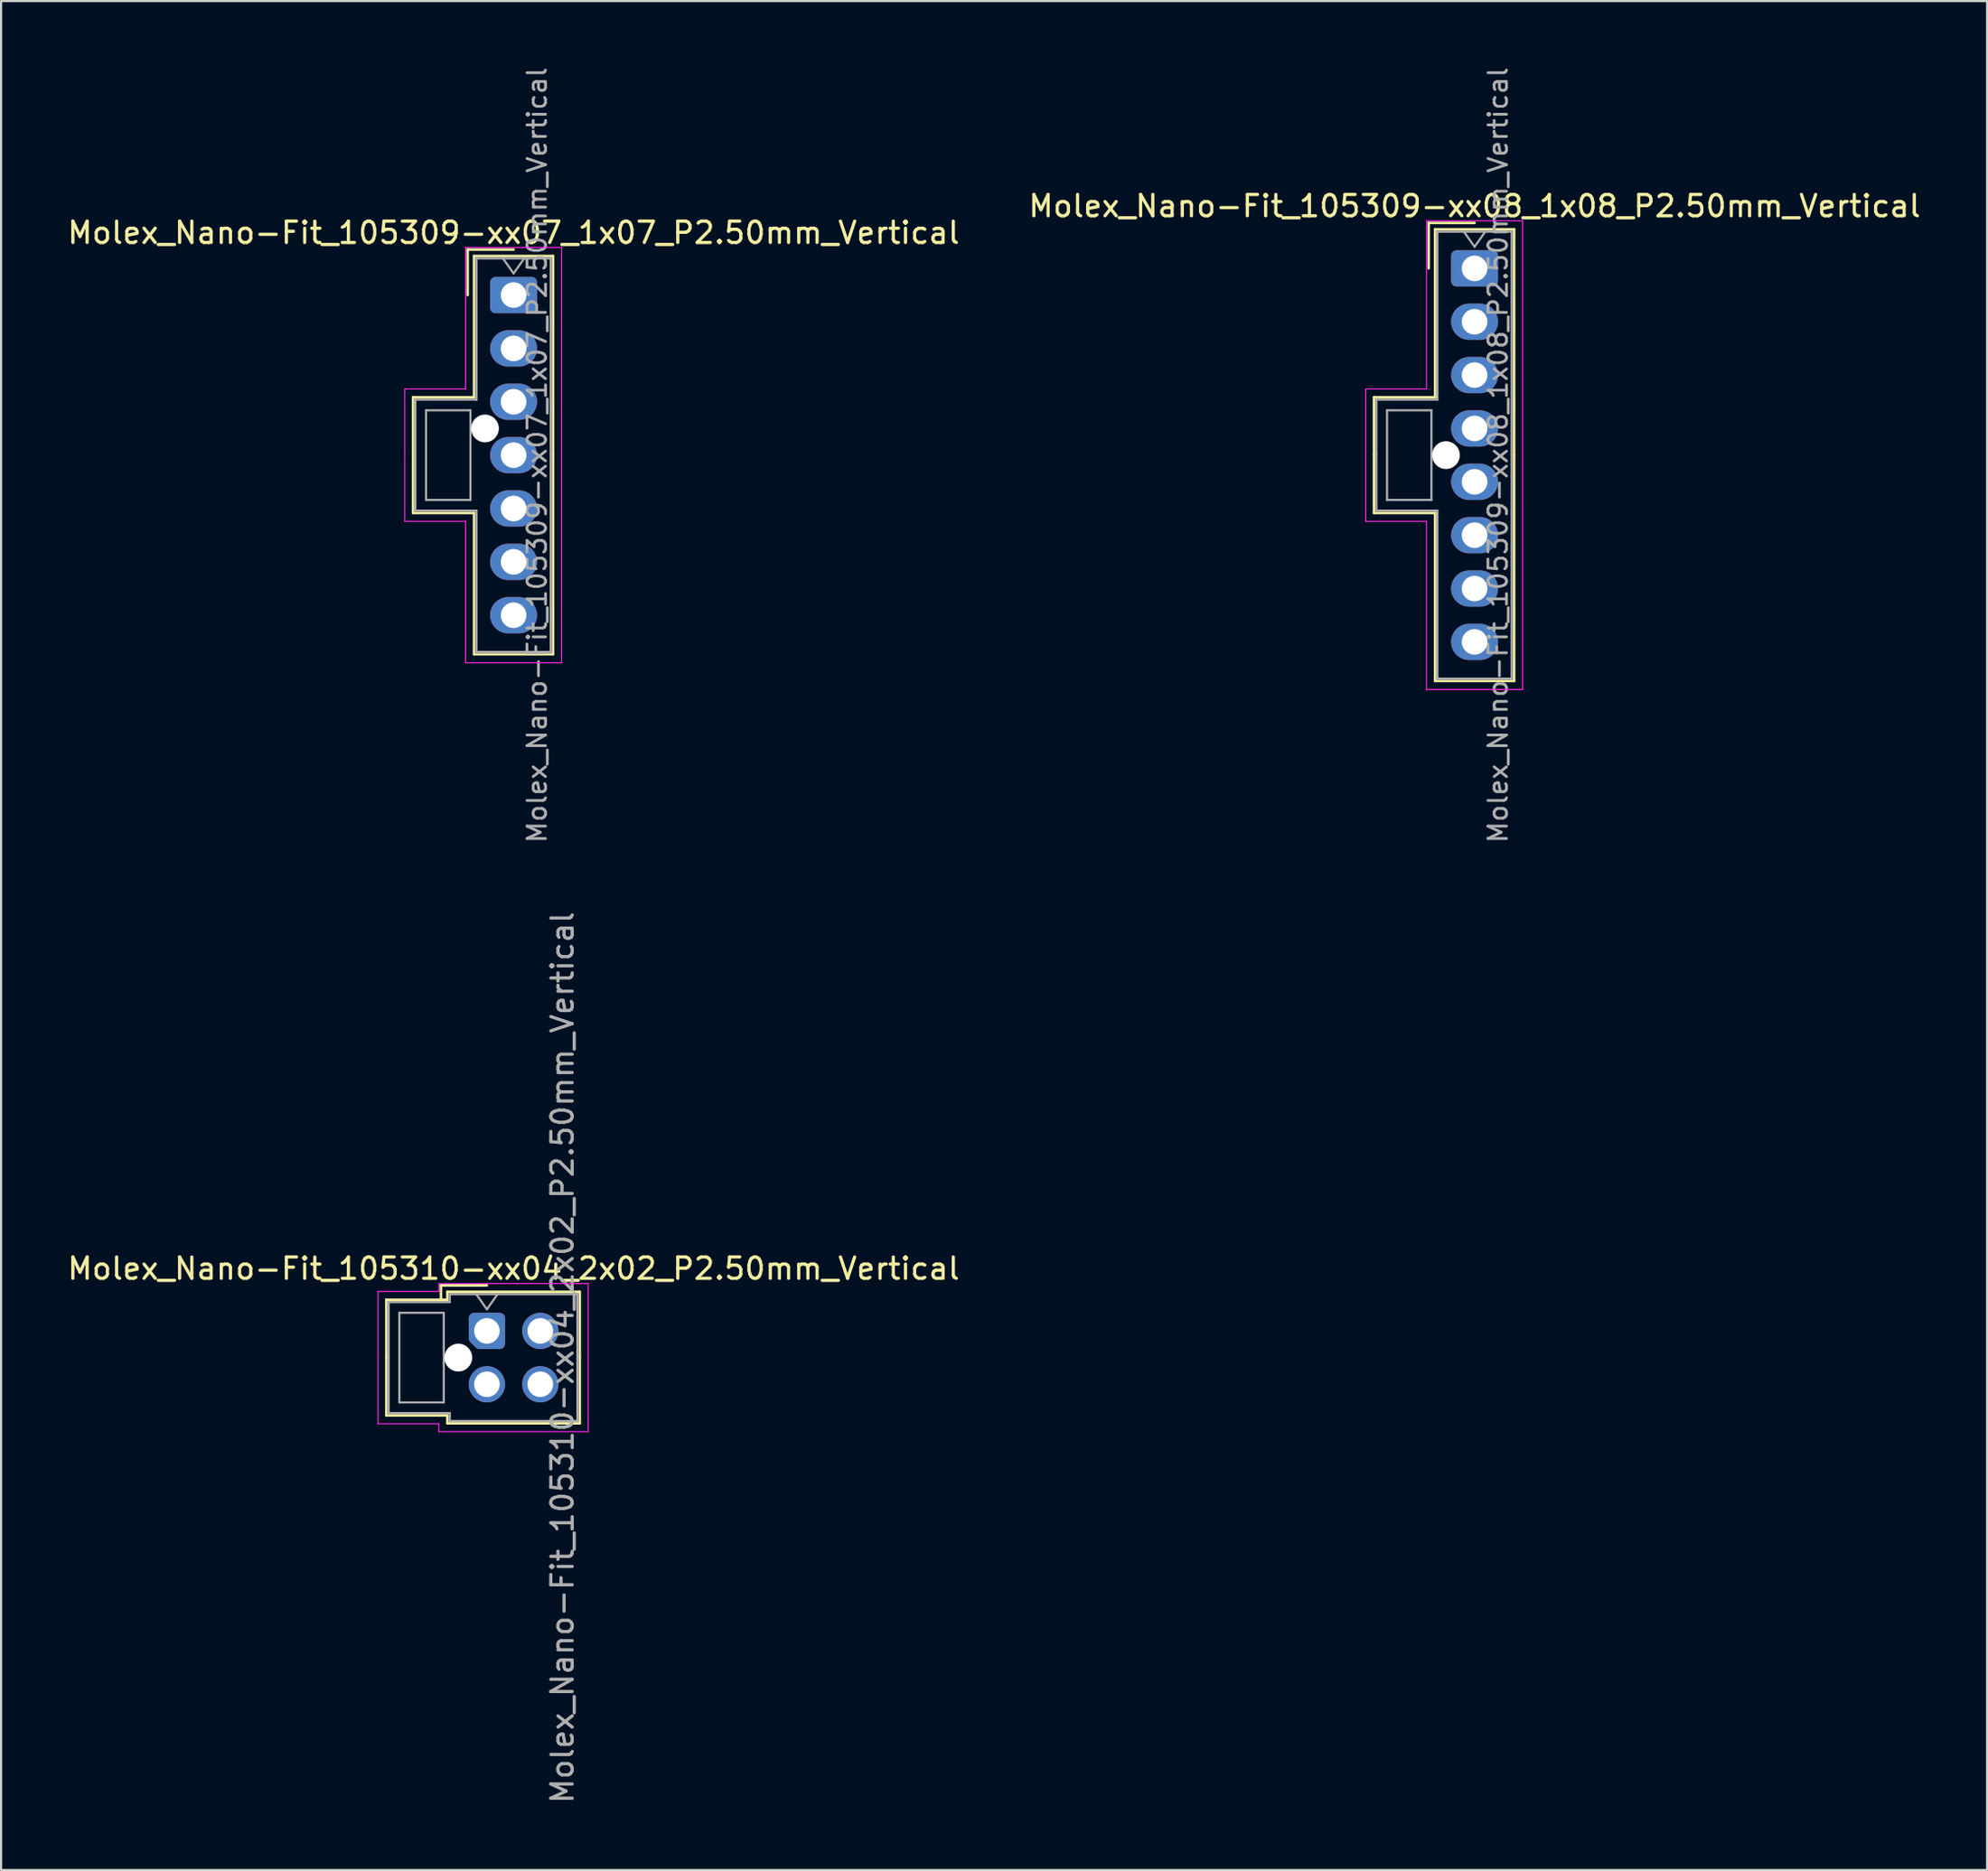
<source format=kicad_pcb>
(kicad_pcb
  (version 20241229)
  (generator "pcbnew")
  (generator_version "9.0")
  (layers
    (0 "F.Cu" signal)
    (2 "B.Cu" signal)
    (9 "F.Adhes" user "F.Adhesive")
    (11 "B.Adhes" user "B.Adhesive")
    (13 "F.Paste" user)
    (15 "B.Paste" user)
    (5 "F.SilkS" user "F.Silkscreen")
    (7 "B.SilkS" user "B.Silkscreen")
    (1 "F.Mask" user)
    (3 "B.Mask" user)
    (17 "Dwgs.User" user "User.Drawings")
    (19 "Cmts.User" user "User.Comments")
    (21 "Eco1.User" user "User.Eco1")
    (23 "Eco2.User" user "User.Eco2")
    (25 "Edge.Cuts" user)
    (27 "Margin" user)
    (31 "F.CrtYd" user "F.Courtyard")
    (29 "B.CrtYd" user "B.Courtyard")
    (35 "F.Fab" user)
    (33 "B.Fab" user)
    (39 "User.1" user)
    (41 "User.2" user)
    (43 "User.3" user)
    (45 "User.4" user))
  (footprint "Molex_Nano-Fit_105309-xx08_1x08_P2.50mm_Vertical"
    (layer "F.Cu")
    (at 66.018 9.524)
    (property "Reference" "Molex_Nano-Fit_105309-xx08_1x08_P2.50mm_Vertical" (at 0 -2.92 0) (layer "F.SilkS") (effects (font (size 1 1) (thickness 0.15))))
    (attr through_hole)
    (fp_line (start -4.71 6.04) (end -4.71 8.75) (stroke (width 0.12) (type solid)) (layer "F.SilkS"))
    (fp_line (start -4.71 11.46) (end -4.71 8.75) (stroke (width 0.12) (type solid)) (layer "F.SilkS"))
    (fp_line (start -2.15 -2.13) (end -2.15 0) (stroke (width 0.12) (type solid)) (layer "F.SilkS"))
    (fp_line (start -1.85 -1.83) (end -1.85 6.04) (stroke (width 0.12) (type solid)) (layer "F.SilkS"))
    (fp_line (start -1.85 6.04) (end -4.71 6.04) (stroke (width 0.12) (type solid)) (layer "F.SilkS"))
    (fp_line (start -1.85 11.46) (end -4.71 11.46) (stroke (width 0.12) (type solid)) (layer "F.SilkS"))
    (fp_line (start -1.85 19.33) (end -1.85 11.46) (stroke (width 0.12) (type solid)) (layer "F.SilkS"))
    (fp_line (start 0 -2.13) (end -2.15 -2.13) (stroke (width 0.12) (type solid)) (layer "F.SilkS"))
    (fp_line (start 1.85 -1.83) (end -1.85 -1.83) (stroke (width 0.12) (type solid)) (layer "F.SilkS"))
    (fp_line (start 1.85 8.75) (end 1.85 -1.83) (stroke (width 0.12) (type solid)) (layer "F.SilkS"))
    (fp_line (start 1.85 8.75) (end 1.85 19.33) (stroke (width 0.12) (type solid)) (layer "F.SilkS"))
    (fp_line (start 1.85 19.33) (end -1.85 19.33) (stroke (width 0.12) (type solid)) (layer "F.SilkS"))
    (fp_line (start -5.1 5.65) (end -5.1 8.75) (stroke (width 0.05) (type solid)) (layer "F.CrtYd"))
    (fp_line (start -5.1 11.85) (end -5.1 8.75) (stroke (width 0.05) (type solid)) (layer "F.CrtYd"))
    (fp_line (start -2.25 -2.23) (end -2.25 5.65) (stroke (width 0.05) (type solid)) (layer "F.CrtYd"))
    (fp_line (start -2.25 5.65) (end -5.1 5.65) (stroke (width 0.05) (type solid)) (layer "F.CrtYd"))
    (fp_line (start -2.25 11.85) (end -5.1 11.85) (stroke (width 0.05) (type solid)) (layer "F.CrtYd"))
    (fp_line (start -2.25 19.73) (end -2.25 11.85) (stroke (width 0.05) (type solid)) (layer "F.CrtYd"))
    (fp_line (start 2.25 -2.23) (end -2.25 -2.23) (stroke (width 0.05) (type solid)) (layer "F.CrtYd"))
    (fp_line (start 2.25 8.75) (end 2.25 -2.23) (stroke (width 0.05) (type solid)) (layer "F.CrtYd"))
    (fp_line (start 2.25 8.75) (end 2.25 19.73) (stroke (width 0.05) (type solid)) (layer "F.CrtYd"))
    (fp_line (start 2.25 19.73) (end -2.25 19.73) (stroke (width 0.05) (type solid)) (layer "F.CrtYd"))
    (fp_line (start -4.6 6.15) (end -4.6 8.75) (stroke (width 0.1) (type solid)) (layer "F.Fab"))
    (fp_line (start -4.6 11.35) (end -4.6 8.75) (stroke (width 0.1) (type solid)) (layer "F.Fab"))
    (fp_line (start -4.1 6.65) (end -4.1 10.85) (stroke (width 0.1) (type solid)) (layer "F.Fab"))
    (fp_line (start -4.1 10.85) (end -2.02 10.85) (stroke (width 0.1) (type solid)) (layer "F.Fab"))
    (fp_line (start -2.02 6.65) (end -4.1 6.65) (stroke (width 0.1) (type solid)) (layer "F.Fab"))
    (fp_line (start -2.02 10.85) (end -2.02 6.65) (stroke (width 0.1) (type solid)) (layer "F.Fab"))
    (fp_line (start -1.74 -1.72) (end -1.74 6.15) (stroke (width 0.1) (type solid)) (layer "F.Fab"))
    (fp_line (start -1.74 6.15) (end -4.6 6.15) (stroke (width 0.1) (type solid)) (layer "F.Fab"))
    (fp_line (start -1.74 11.35) (end -4.6 11.35) (stroke (width 0.1) (type solid)) (layer "F.Fab"))
    (fp_line (start -1.74 19.22) (end -1.74 11.35) (stroke (width 0.1) (type solid)) (layer "F.Fab"))
    (fp_line (start -0.5 -1.72) (end 0 -1.013) (stroke (width 0.1) (type solid)) (layer "F.Fab"))
    (fp_line (start 0 -1.013) (end 0.5 -1.72) (stroke (width 0.1) (type solid)) (layer "F.Fab"))
    (fp_line (start 1.74 -1.72) (end -1.74 -1.72) (stroke (width 0.1) (type solid)) (layer "F.Fab"))
    (fp_line (start 1.74 8.75) (end 1.74 -1.72) (stroke (width 0.1) (type solid)) (layer "F.Fab"))
    (fp_line (start 1.74 8.75) (end 1.74 19.22) (stroke (width 0.1) (type solid)) (layer "F.Fab"))
    (fp_line (start 1.74 19.22) (end -1.74 19.22) (stroke (width 0.1) (type solid)) (layer "F.Fab"))
    (fp_text user "${REFERENCE}" (at 1.1 8.75 90) (layer "F.Fab") (effects (font (size 0.87 0.87) (thickness 0.13))))
    (pad "" np_thru_hole circle (at -1.34 8.75) (size 1.3 1.3) (drill 1.3) (layers "*.Cu" "*.Mask"))
    (pad "1" thru_hole roundrect (at 0 0) (size 2.2 1.7) (drill 1.2) (layers "*.Cu" "*.Mask") (roundrect_rratio 0.147))
    (pad "2" thru_hole oval (at 0 2.5) (size 2.2 1.7) (drill 1.2) (layers "*.Cu" "*.Mask"))
    (pad "3" thru_hole oval (at 0 5) (size 2.2 1.7) (drill 1.2) (layers "*.Cu" "*.Mask"))
    (pad "4" thru_hole oval (at 0 7.5) (size 2.2 1.7) (drill 1.2) (layers "*.Cu" "*.Mask"))
    (pad "5" thru_hole oval (at 0 10) (size 2.2 1.7) (drill 1.2) (layers "*.Cu" "*.Mask"))
    (pad "6" thru_hole oval (at 0 12.5) (size 2.2 1.7) (drill 1.2) (layers "*.Cu" "*.Mask"))
    (pad "7" thru_hole oval (at 0 15) (size 2.2 1.7) (drill 1.2) (layers "*.Cu" "*.Mask"))
    (pad "8" thru_hole oval (at 0 17.5) (size 2.2 1.7) (drill 1.2) (layers "*.Cu" "*.Mask")))
  (footprint "Molex_Nano-Fit_105310-xx04_2x02_P2.50mm_Vertical"
    (layer "F.Cu")
    (at 19.756 59.305)
    (property "Reference" "Molex_Nano-Fit_105310-xx04_2x02_P2.50mm_Vertical" (at 1.25 -2.92 0) (layer "F.SilkS") (effects (font (size 1 1) (thickness 0.15))))
    (attr through_hole)
    (fp_line (start -4.71 -1.46) (end -4.71 1.25) (stroke (width 0.12) (type solid)) (layer "F.SilkS"))
    (fp_line (start -4.71 3.96) (end -4.71 1.25) (stroke (width 0.12) (type solid)) (layer "F.SilkS"))
    (fp_line (start -2.15 -2.13) (end -2.15 -1.46) (stroke (width 0.12) (type solid)) (layer "F.SilkS"))
    (fp_line (start -1.85 -1.83) (end -1.85 -1.46) (stroke (width 0.12) (type solid)) (layer "F.SilkS"))
    (fp_line (start -1.85 -1.46) (end -4.71 -1.46) (stroke (width 0.12) (type solid)) (layer "F.SilkS"))
    (fp_line (start -1.85 3.96) (end -4.71 3.96) (stroke (width 0.12) (type solid)) (layer "F.SilkS"))
    (fp_line (start -1.85 4.33) (end -1.85 3.96) (stroke (width 0.12) (type solid)) (layer "F.SilkS"))
    (fp_line (start 0 -2.13) (end -2.15 -2.13) (stroke (width 0.12) (type solid)) (layer "F.SilkS"))
    (fp_line (start 4.35 -1.83) (end -1.85 -1.83) (stroke (width 0.12) (type solid)) (layer "F.SilkS"))
    (fp_line (start 4.35 1.25) (end 4.35 -1.83) (stroke (width 0.12) (type solid)) (layer "F.SilkS"))
    (fp_line (start 4.35 1.25) (end 4.35 4.33) (stroke (width 0.12) (type solid)) (layer "F.SilkS"))
    (fp_line (start 4.35 4.33) (end -1.85 4.33) (stroke (width 0.12) (type solid)) (layer "F.SilkS"))
    (fp_line (start -5.1 -1.85) (end -5.1 1.25) (stroke (width 0.05) (type solid)) (layer "F.CrtYd"))
    (fp_line (start -5.1 4.35) (end -5.1 1.25) (stroke (width 0.05) (type solid)) (layer "F.CrtYd"))
    (fp_line (start -2.25 -2.22) (end -2.25 -1.85) (stroke (width 0.05) (type solid)) (layer "F.CrtYd"))
    (fp_line (start -2.25 -1.85) (end -5.1 -1.85) (stroke (width 0.05) (type solid)) (layer "F.CrtYd"))
    (fp_line (start -2.25 4.35) (end -5.1 4.35) (stroke (width 0.05) (type solid)) (layer "F.CrtYd"))
    (fp_line (start -2.25 4.72) (end -2.25 4.35) (stroke (width 0.05) (type solid)) (layer "F.CrtYd"))
    (fp_line (start 4.74 -2.22) (end -2.25 -2.22) (stroke (width 0.05) (type solid)) (layer "F.CrtYd"))
    (fp_line (start 4.74 1.25) (end 4.74 -2.22) (stroke (width 0.05) (type solid)) (layer "F.CrtYd"))
    (fp_line (start 4.74 1.25) (end 4.74 4.72) (stroke (width 0.05) (type solid)) (layer "F.CrtYd"))
    (fp_line (start 4.74 4.72) (end -2.25 4.72) (stroke (width 0.05) (type solid)) (layer "F.CrtYd"))
    (fp_line (start -4.6 -1.35) (end -4.6 1.25) (stroke (width 0.1) (type solid)) (layer "F.Fab"))
    (fp_line (start -4.6 3.85) (end -4.6 1.25) (stroke (width 0.1) (type solid)) (layer "F.Fab"))
    (fp_line (start -4.1 -0.85) (end -4.1 3.35) (stroke (width 0.1) (type solid)) (layer "F.Fab"))
    (fp_line (start -4.1 3.35) (end -2.02 3.35) (stroke (width 0.1) (type solid)) (layer "F.Fab"))
    (fp_line (start -2.02 -0.85) (end -4.1 -0.85) (stroke (width 0.1) (type solid)) (layer "F.Fab"))
    (fp_line (start -2.02 3.35) (end -2.02 -0.85) (stroke (width 0.1) (type solid)) (layer "F.Fab"))
    (fp_line (start -1.74 -1.72) (end -1.74 -1.35) (stroke (width 0.1) (type solid)) (layer "F.Fab"))
    (fp_line (start -1.74 -1.35) (end -4.6 -1.35) (stroke (width 0.1) (type solid)) (layer "F.Fab"))
    (fp_line (start -1.74 3.85) (end -4.6 3.85) (stroke (width 0.1) (type solid)) (layer "F.Fab"))
    (fp_line (start -1.74 4.22) (end -1.74 3.85) (stroke (width 0.1) (type solid)) (layer "F.Fab"))
    (fp_line (start -0.5 -1.72) (end 0 -1.013) (stroke (width 0.1) (type solid)) (layer "F.Fab"))
    (fp_line (start 0 -1.013) (end 0.5 -1.72) (stroke (width 0.1) (type solid)) (layer "F.Fab"))
    (fp_line (start 4.24 -1.72) (end -1.74 -1.72) (stroke (width 0.1) (type solid)) (layer "F.Fab"))
    (fp_line (start 4.24 1.25) (end 4.24 -1.72) (stroke (width 0.1) (type solid)) (layer "F.Fab"))
    (fp_line (start 4.24 1.25) (end 4.24 4.22) (stroke (width 0.1) (type solid)) (layer "F.Fab"))
    (fp_line (start 4.24 4.22) (end -1.74 4.22) (stroke (width 0.1) (type solid)) (layer "F.Fab"))
    (fp_text user "${REFERENCE}" (at 3.54 1.25 90) (layer "F.Fab") (effects (font (size 1 1) (thickness 0.15))))
    (pad "" np_thru_hole circle (at -1.34 1.25) (size 1.3 1.3) (drill 1.3) (layers "*.Cu" "*.Mask"))
    (pad "1" thru_hole custom (at 0 0) (size 1.417 1.417) (drill 1.2) (layers "*.Cu" "*.Mask") (options (anchor circle)) (primitives (gr_poly (pts (xy -0.6 -0.6) (xy 0.6 -0.6) (xy 0.6 0.6) (xy -0.346 0.6) (xy -0.6 0.346)) (width 0.5) (fill yes))))
    (pad "2" thru_hole circle (at 0 2.5) (size 1.7 1.7) (drill 1.2) (layers "*.Cu" "*.Mask"))
    (pad "3" thru_hole circle (at 2.5 0) (size 1.7 1.7) (drill 1.2) (layers "*.Cu" "*.Mask"))
    (pad "4" thru_hole circle (at 2.5 2.5) (size 1.7 1.7) (drill 1.2) (layers "*.Cu" "*.Mask")))
  (footprint "Molex_Nano-Fit_105309-xx07_1x07_P2.50mm_Vertical"
    (layer "F.Cu")
    (at 21.006 10.774)
    (property "Reference" "Molex_Nano-Fit_105309-xx07_1x07_P2.50mm_Vertical" (at 0 -2.92 0) (layer "F.SilkS") (effects (font (size 1 1) (thickness 0.15))))
    (attr through_hole)
    (fp_line (start -4.71 4.79) (end -4.71 7.5) (stroke (width 0.12) (type solid)) (layer "F.SilkS"))
    (fp_line (start -4.71 10.21) (end -4.71 7.5) (stroke (width 0.12) (type solid)) (layer "F.SilkS"))
    (fp_line (start -2.15 -2.13) (end -2.15 0) (stroke (width 0.12) (type solid)) (layer "F.SilkS"))
    (fp_line (start -1.85 -1.83) (end -1.85 4.79) (stroke (width 0.12) (type solid)) (layer "F.SilkS"))
    (fp_line (start -1.85 4.79) (end -4.71 4.79) (stroke (width 0.12) (type solid)) (layer "F.SilkS"))
    (fp_line (start -1.85 10.21) (end -4.71 10.21) (stroke (width 0.12) (type solid)) (layer "F.SilkS"))
    (fp_line (start -1.85 16.83) (end -1.85 10.21) (stroke (width 0.12) (type solid)) (layer "F.SilkS"))
    (fp_line (start 0 -2.13) (end -2.15 -2.13) (stroke (width 0.12) (type solid)) (layer "F.SilkS"))
    (fp_line (start 1.85 -1.83) (end -1.85 -1.83) (stroke (width 0.12) (type solid)) (layer "F.SilkS"))
    (fp_line (start 1.85 7.5) (end 1.85 -1.83) (stroke (width 0.12) (type solid)) (layer "F.SilkS"))
    (fp_line (start 1.85 7.5) (end 1.85 16.83) (stroke (width 0.12) (type solid)) (layer "F.SilkS"))
    (fp_line (start 1.85 16.83) (end -1.85 16.83) (stroke (width 0.12) (type solid)) (layer "F.SilkS"))
    (fp_line (start -5.1 4.4) (end -5.1 7.5) (stroke (width 0.05) (type solid)) (layer "F.CrtYd"))
    (fp_line (start -5.1 10.6) (end -5.1 7.5) (stroke (width 0.05) (type solid)) (layer "F.CrtYd"))
    (fp_line (start -2.25 -2.23) (end -2.25 4.4) (stroke (width 0.05) (type solid)) (layer "F.CrtYd"))
    (fp_line (start -2.25 4.4) (end -5.1 4.4) (stroke (width 0.05) (type solid)) (layer "F.CrtYd"))
    (fp_line (start -2.25 10.6) (end -5.1 10.6) (stroke (width 0.05) (type solid)) (layer "F.CrtYd"))
    (fp_line (start -2.25 17.23) (end -2.25 10.6) (stroke (width 0.05) (type solid)) (layer "F.CrtYd"))
    (fp_line (start 2.25 -2.23) (end -2.25 -2.23) (stroke (width 0.05) (type solid)) (layer "F.CrtYd"))
    (fp_line (start 2.25 7.5) (end 2.25 -2.23) (stroke (width 0.05) (type solid)) (layer "F.CrtYd"))
    (fp_line (start 2.25 7.5) (end 2.25 17.23) (stroke (width 0.05) (type solid)) (layer "F.CrtYd"))
    (fp_line (start 2.25 17.23) (end -2.25 17.23) (stroke (width 0.05) (type solid)) (layer "F.CrtYd"))
    (fp_line (start -4.6 4.9) (end -4.6 7.5) (stroke (width 0.1) (type solid)) (layer "F.Fab"))
    (fp_line (start -4.6 10.1) (end -4.6 7.5) (stroke (width 0.1) (type solid)) (layer "F.Fab"))
    (fp_line (start -4.1 5.4) (end -4.1 9.6) (stroke (width 0.1) (type solid)) (layer "F.Fab"))
    (fp_line (start -4.1 9.6) (end -2.02 9.6) (stroke (width 0.1) (type solid)) (layer "F.Fab"))
    (fp_line (start -2.02 5.4) (end -4.1 5.4) (stroke (width 0.1) (type solid)) (layer "F.Fab"))
    (fp_line (start -2.02 9.6) (end -2.02 5.4) (stroke (width 0.1) (type solid)) (layer "F.Fab"))
    (fp_line (start -1.74 -1.72) (end -1.74 4.9) (stroke (width 0.1) (type solid)) (layer "F.Fab"))
    (fp_line (start -1.74 4.9) (end -4.6 4.9) (stroke (width 0.1) (type solid)) (layer "F.Fab"))
    (fp_line (start -1.74 10.1) (end -4.6 10.1) (stroke (width 0.1) (type solid)) (layer "F.Fab"))
    (fp_line (start -1.74 16.72) (end -1.74 10.1) (stroke (width 0.1) (type solid)) (layer "F.Fab"))
    (fp_line (start -0.5 -1.72) (end 0 -1.013) (stroke (width 0.1) (type solid)) (layer "F.Fab"))
    (fp_line (start 0 -1.013) (end 0.5 -1.72) (stroke (width 0.1) (type solid)) (layer "F.Fab"))
    (fp_line (start 1.74 -1.72) (end -1.74 -1.72) (stroke (width 0.1) (type solid)) (layer "F.Fab"))
    (fp_line (start 1.74 7.5) (end 1.74 -1.72) (stroke (width 0.1) (type solid)) (layer "F.Fab"))
    (fp_line (start 1.74 7.5) (end 1.74 16.72) (stroke (width 0.1) (type solid)) (layer "F.Fab"))
    (fp_line (start 1.74 16.72) (end -1.74 16.72) (stroke (width 0.1) (type solid)) (layer "F.Fab"))
    (fp_text user "${REFERENCE}" (at 1.1 7.5 90) (layer "F.Fab") (effects (font (size 0.87 0.87) (thickness 0.13))))
    (pad "" np_thru_hole circle (at -1.34 6.25) (size 1.3 1.3) (drill 1.3) (layers "*.Cu" "*.Mask"))
    (pad "1" thru_hole roundrect (at 0 0) (size 2.2 1.7) (drill 1.2) (layers "*.Cu" "*.Mask") (roundrect_rratio 0.147))
    (pad "2" thru_hole oval (at 0 2.5) (size 2.2 1.7) (drill 1.2) (layers "*.Cu" "*.Mask"))
    (pad "3" thru_hole oval (at 0 5) (size 2.2 1.7) (drill 1.2) (layers "*.Cu" "*.Mask"))
    (pad "4" thru_hole oval (at 0 7.5) (size 2.2 1.7) (drill 1.2) (layers "*.Cu" "*.Mask"))
    (pad "5" thru_hole oval (at 0 10) (size 2.2 1.7) (drill 1.2) (layers "*.Cu" "*.Mask"))
    (pad "6" thru_hole oval (at 0 12.5) (size 2.2 1.7) (drill 1.2) (layers "*.Cu" "*.Mask"))
    (pad "7" thru_hole oval (at 0 15) (size 2.2 1.7) (drill 1.2) (layers "*.Cu" "*.Mask")))
  (gr_rect
    (start -3 -3)
    (end 90.024 84.561)
    (stroke (width 0.1) (type default))
    (fill no)
    (layer "Edge.Cuts")))
</source>
